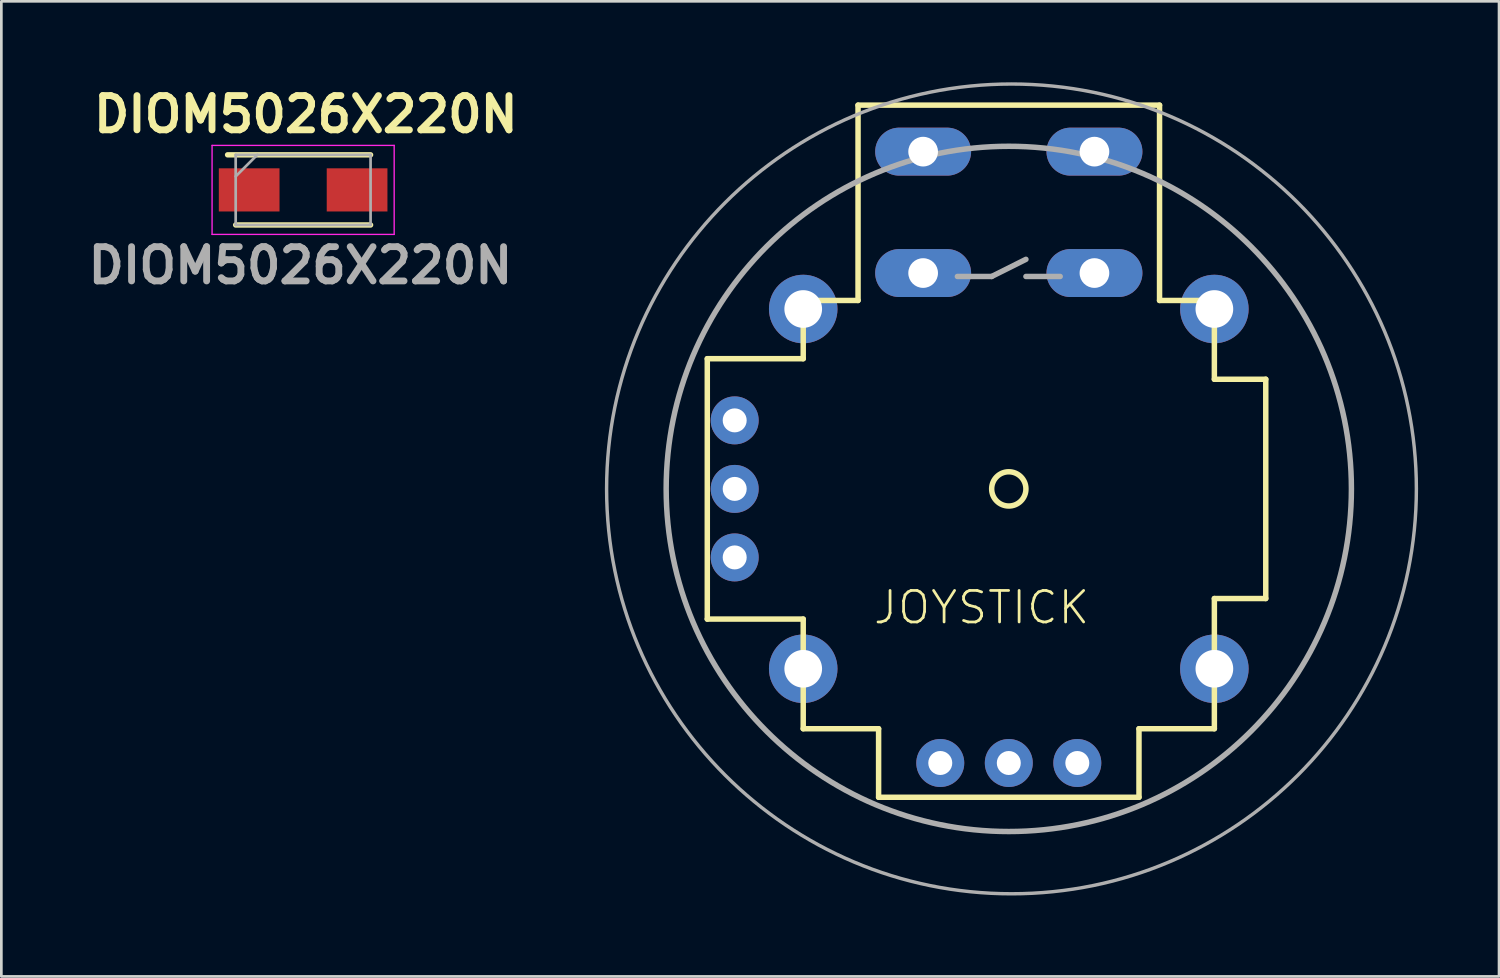
<source format=kicad_pcb>
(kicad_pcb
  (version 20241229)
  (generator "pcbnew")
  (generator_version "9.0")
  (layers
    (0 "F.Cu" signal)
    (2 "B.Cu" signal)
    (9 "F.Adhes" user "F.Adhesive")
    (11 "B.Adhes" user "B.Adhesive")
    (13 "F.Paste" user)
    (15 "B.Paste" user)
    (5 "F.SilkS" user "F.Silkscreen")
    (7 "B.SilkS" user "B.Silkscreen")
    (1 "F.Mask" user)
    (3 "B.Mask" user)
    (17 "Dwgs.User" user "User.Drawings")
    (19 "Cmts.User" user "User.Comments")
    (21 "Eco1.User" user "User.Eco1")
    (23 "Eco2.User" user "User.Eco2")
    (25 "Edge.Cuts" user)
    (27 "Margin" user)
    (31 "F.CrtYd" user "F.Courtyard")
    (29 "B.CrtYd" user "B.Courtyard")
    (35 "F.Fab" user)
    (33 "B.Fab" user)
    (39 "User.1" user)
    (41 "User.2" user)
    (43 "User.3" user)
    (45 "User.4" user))
  (footprint "DIOM5026X220N"
    (layer "F.Cu")
    (at 8.186 3.989)
    (property "Reference" "DIOM5026X220N" (at 0.1 -2.8 0) (layer "F.SilkS") (effects (font (size 1.27 1.27) (thickness 0.254))))
    (attr smd)
    (fp_line (start -2.5 1.3) (end 2.5 1.3) (stroke (width 0.2) (type solid)) (layer "F.SilkS"))
    (fp_line (start 2.5 -1.3) (end -2.8 -1.3) (stroke (width 0.2) (type solid)) (layer "F.SilkS"))
    (fp_line (start -3.375 -1.65) (end 3.375 -1.65) (stroke (width 0.05) (type solid)) (layer "F.CrtYd"))
    (fp_line (start -3.375 1.65) (end -3.375 -1.65) (stroke (width 0.05) (type solid)) (layer "F.CrtYd"))
    (fp_line (start 3.375 -1.65) (end 3.375 1.65) (stroke (width 0.05) (type solid)) (layer "F.CrtYd"))
    (fp_line (start 3.375 1.65) (end -3.375 1.65) (stroke (width 0.05) (type solid)) (layer "F.CrtYd"))
    (fp_line (start -2.5 -1.3) (end 2.5 -1.3) (stroke (width 0.1) (type solid)) (layer "F.Fab"))
    (fp_line (start -2.5 -0.5) (end -1.7 -1.3) (stroke (width 0.1) (type solid)) (layer "F.Fab"))
    (fp_line (start -2.5 1.3) (end -2.5 -1.3) (stroke (width 0.1) (type solid)) (layer "F.Fab"))
    (fp_line (start 2.5 -1.3) (end 2.5 1.3) (stroke (width 0.1) (type solid)) (layer "F.Fab"))
    (fp_line (start 2.5 1.3) (end -2.5 1.3) (stroke (width 0.1) (type solid)) (layer "F.Fab"))
    (fp_text user "${REFERENCE}" (at -0.1 2.8 0) (layer "F.Fab") (effects (font (size 1.27 1.27) (thickness 0.254))))
    (pad "1" smd rect (at -2 0 90) (size 1.6 2.25) (layers "F.Cu" "F.Mask" "F.Paste"))
    (pad "2" smd rect (at 2 0 90) (size 1.6 2.25) (layers "F.Cu" "F.Mask" "F.Paste")))
  (footprint "JOYSTICK"
    (layer "F.Cu")
    (at 34.343 15.072)
    (property "Reference" "JOYSTICK" (at -5.08 5.08 0) (layer "F.SilkS") (effects (font (size 1.168 1.168) (thickness 0.102)) (justify left bottom)))
    (fp_line (start -11.176 -4.826) (end -11.176 4.826) (stroke (width 0.203) (type solid)) (layer "F.SilkS"))
    (fp_line (start -7.62 -4.826) (end -11.176 -4.826) (stroke (width 0.203) (type solid)) (layer "F.SilkS"))
    (fp_line (start -7.62 -4.826) (end -7.62 -6.985) (stroke (width 0.203) (type solid)) (layer "F.SilkS"))
    (fp_line (start -7.62 4.826) (end -11.176 4.826) (stroke (width 0.203) (type solid)) (layer "F.SilkS"))
    (fp_line (start -7.62 4.826) (end -7.62 8.89) (stroke (width 0.203) (type solid)) (layer "F.SilkS"))
    (fp_line (start -5.588 -14.224) (end -5.588 -6.985) (stroke (width 0.203) (type solid)) (layer "F.SilkS"))
    (fp_line (start -5.588 -6.985) (end -7.62 -6.985) (stroke (width 0.203) (type solid)) (layer "F.SilkS"))
    (fp_line (start -4.826 8.89) (end -7.62 8.89) (stroke (width 0.203) (type solid)) (layer "F.SilkS"))
    (fp_line (start -4.826 11.43) (end -4.826 8.89) (stroke (width 0.203) (type solid)) (layer "F.SilkS"))
    (fp_line (start 4.826 8.89) (end 7.62 8.89) (stroke (width 0.203) (type solid)) (layer "F.SilkS"))
    (fp_line (start 4.826 11.43) (end -4.826 11.43) (stroke (width 0.203) (type solid)) (layer "F.SilkS"))
    (fp_line (start 4.826 11.43) (end 4.826 8.89) (stroke (width 0.203) (type solid)) (layer "F.SilkS"))
    (fp_line (start 5.588 -14.224) (end -5.588 -14.224) (stroke (width 0.203) (type solid)) (layer "F.SilkS"))
    (fp_line (start 5.588 -14.224) (end 5.588 -6.985) (stroke (width 0.203) (type solid)) (layer "F.SilkS"))
    (fp_line (start 7.62 -6.985) (end 5.588 -6.985) (stroke (width 0.203) (type solid)) (layer "F.SilkS"))
    (fp_line (start 7.62 -4.064) (end 7.62 -6.985) (stroke (width 0.203) (type solid)) (layer "F.SilkS"))
    (fp_line (start 7.62 -4.064) (end 9.525 -4.064) (stroke (width 0.203) (type solid)) (layer "F.SilkS"))
    (fp_line (start 7.62 4.064) (end 7.62 8.89) (stroke (width 0.203) (type solid)) (layer "F.SilkS"))
    (fp_line (start 7.62 4.064) (end 9.525 4.064) (stroke (width 0.203) (type solid)) (layer "F.SilkS"))
    (fp_line (start 9.525 -4.064) (end 9.525 4.064) (stroke (width 0.203) (type solid)) (layer "F.SilkS"))
    (fp_circle (center 0 0) (end 0.635 0) (stroke (width 0.203) (type solid)) (fill no) (layer "F.SilkS"))
    (fp_line (start -1.905 -7.874) (end -0.635 -7.874) (stroke (width 0.203) (type solid)) (layer "F.Fab"))
    (fp_line (start -0.635 -7.874) (end 0.635 -8.509) (stroke (width 0.203) (type solid)) (layer "F.Fab"))
    (fp_line (start 0.635 -7.874) (end 1.905 -7.874) (stroke (width 0.203) (type solid)) (layer "F.Fab"))
    (fp_circle (center 0 0) (end 12.7 0) (stroke (width 0.203) (type solid)) (fill no) (layer "F.Fab"))
    (fp_circle (center 0.1 0) (end 15.108 0) (stroke (width 0.127) (type solid)) (fill no) (layer "F.Fab"))
    (pad "B1A" thru_hole oval (at -3.175 -12.501) (size 3.556 1.778) (drill 1.1) (layers "*.Cu" "*.Mask"))
    (pad "B1B" thru_hole oval (at 3.175 -12.501) (size 3.556 1.778) (drill 1.1) (layers "*.Cu" "*.Mask"))
    (pad "B2A" thru_hole oval (at -3.175 -8.001) (size 3.556 1.778) (drill 1.1) (layers "*.Cu" "*.Mask"))
    (pad "B2B" thru_hole oval (at 3.175 -8.001) (size 3.556 1.778) (drill 1.1) (layers "*.Cu" "*.Mask"))
    (pad "H1" thru_hole circle (at -2.54 10.16) (size 1.778 1.778) (drill 0.889) (layers "*.Cu" "*.Mask"))
    (pad "H2" thru_hole circle (at 0 10.16) (size 1.778 1.778) (drill 0.889) (layers "*.Cu" "*.Mask"))
    (pad "H3" thru_hole circle (at 2.54 10.16) (size 1.778 1.778) (drill 0.889) (layers "*.Cu" "*.Mask"))
    (pad "MOUNT" thru_hole circle (at -7.62 -6.668) (size 2.54 2.54) (drill 1.397) (layers "*.Cu" "*.Mask"))
    (pad "MOUNT" thru_hole circle (at -7.62 6.668) (size 2.54 2.54) (drill 1.397) (layers "*.Cu" "*.Mask"))
    (pad "MOUNT" thru_hole circle (at 7.62 -6.668) (size 2.54 2.54) (drill 1.397) (layers "*.Cu" "*.Mask"))
    (pad "MOUNT" thru_hole circle (at 7.62 6.668) (size 2.54 2.54) (drill 1.397) (layers "*.Cu" "*.Mask"))
    (pad "V1" thru_hole circle (at -10.16 -2.54) (size 1.778 1.778) (drill 0.889) (layers "*.Cu" "*.Mask"))
    (pad "V2" thru_hole circle (at -10.16 0) (size 1.778 1.778) (drill 0.889) (layers "*.Cu" "*.Mask"))
    (pad "V3" thru_hole circle (at -10.16 2.54) (size 1.778 1.778) (drill 0.889) (layers "*.Cu" "*.Mask")))
  (gr_rect
    (start -3 -3)
    (end 52.515 33.144)
    (stroke (width 0.1) (type default))
    (fill no)
    (layer "Edge.Cuts")))
</source>
